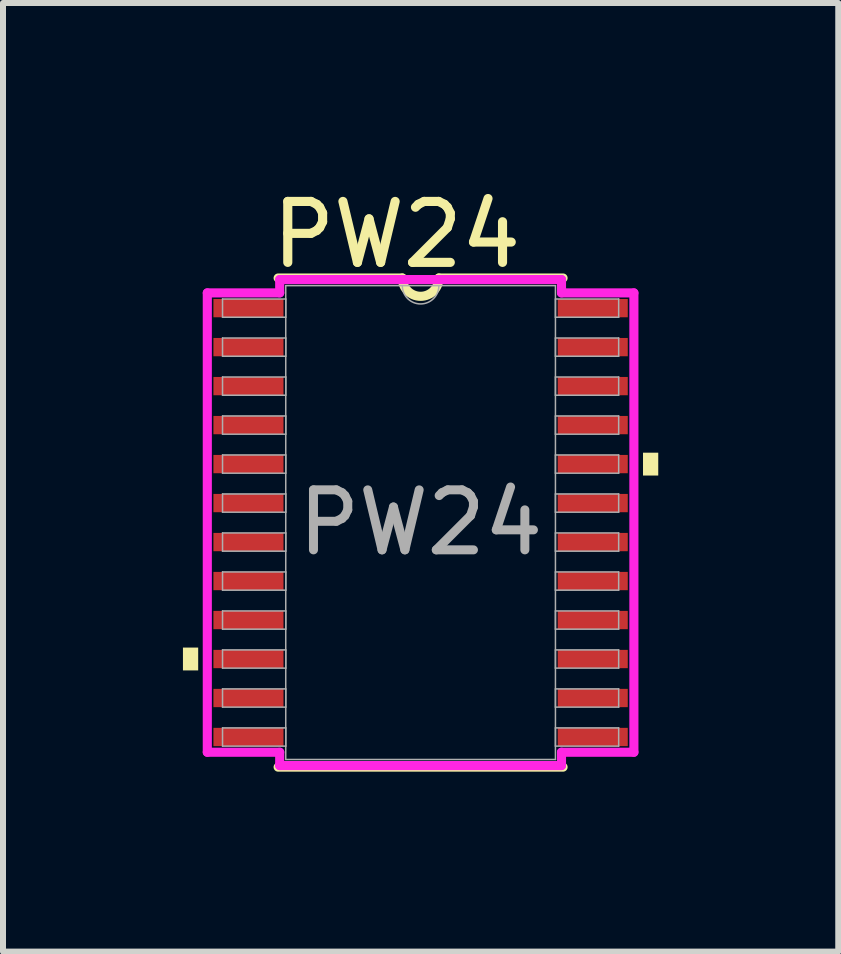
<source format=kicad_pcb>
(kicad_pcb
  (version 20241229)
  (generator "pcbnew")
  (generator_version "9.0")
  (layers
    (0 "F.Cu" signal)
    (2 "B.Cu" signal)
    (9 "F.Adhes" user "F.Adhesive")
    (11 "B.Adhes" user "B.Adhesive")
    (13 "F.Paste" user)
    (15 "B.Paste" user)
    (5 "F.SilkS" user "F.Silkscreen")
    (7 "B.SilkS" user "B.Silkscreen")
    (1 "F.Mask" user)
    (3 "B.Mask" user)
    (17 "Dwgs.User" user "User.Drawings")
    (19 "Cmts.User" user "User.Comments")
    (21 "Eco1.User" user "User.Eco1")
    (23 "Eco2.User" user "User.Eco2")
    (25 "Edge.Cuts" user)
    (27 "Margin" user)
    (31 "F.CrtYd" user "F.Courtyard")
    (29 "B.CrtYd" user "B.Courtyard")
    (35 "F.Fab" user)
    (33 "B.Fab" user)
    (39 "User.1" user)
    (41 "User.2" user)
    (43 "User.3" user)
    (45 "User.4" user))
  (footprint "PW24"
    (layer "F.Cu")
    (at 3.962 5.662)
    (property "Reference" "PW24" (at -0.4 -4.8 0) (unlocked yes) (layer "F.SilkS") (effects (font (size 1.016 1.016) (thickness 0.152))))
    (attr smd)
    (fp_line (start -2.375 4.077) (end 2.375 4.077) (stroke (width 0.152) (type solid)) (layer "F.SilkS"))
    (fp_line (start -0.305 -4.077) (end -2.375 -4.077) (stroke (width 0.152) (type solid)) (layer "F.SilkS"))
    (fp_line (start 0.305 -4.077) (end 2.375 -4.077) (stroke (width 0.152) (type solid)) (layer "F.SilkS"))
    (fp_arc (start 0.3048 -4.0767) (mid 0 -3.7719) (end -0.3048 -4.0767) (stroke (width 0.1524) (type solid)) (layer "F.SilkS"))
    (fp_poly (pts (xy -3.962 2.084) (xy -3.962 2.465) (xy -3.708 2.465) (xy -3.708 2.084)) (stroke (width 0) (type solid)) (fill yes) (layer "F.SilkS"))
    (fp_poly (pts (xy 3.962 -1.165) (xy 3.962 -0.784) (xy 3.708 -0.784) (xy 3.708 -1.165)) (stroke (width 0) (type solid)) (fill yes) (layer "F.SilkS"))
    (fp_line (start -3.556 -3.829) (end -2.349 -3.829) (stroke (width 0.152) (type solid)) (layer "F.CrtYd"))
    (fp_line (start -3.556 3.829) (end -3.556 -3.829) (stroke (width 0.152) (type solid)) (layer "F.CrtYd"))
    (fp_line (start -3.556 3.829) (end -2.349 3.829) (stroke (width 0.152) (type solid)) (layer "F.CrtYd"))
    (fp_line (start -2.349 -4.051) (end 2.349 -4.051) (stroke (width 0.152) (type solid)) (layer "F.CrtYd"))
    (fp_line (start -2.349 -3.829) (end -2.349 -4.051) (stroke (width 0.152) (type solid)) (layer "F.CrtYd"))
    (fp_line (start -2.349 4.051) (end -2.349 3.829) (stroke (width 0.152) (type solid)) (layer "F.CrtYd"))
    (fp_line (start 2.349 -4.051) (end 2.349 -3.829) (stroke (width 0.152) (type solid)) (layer "F.CrtYd"))
    (fp_line (start 2.349 3.829) (end 2.349 4.051) (stroke (width 0.152) (type solid)) (layer "F.CrtYd"))
    (fp_line (start 2.349 4.051) (end -2.349 4.051) (stroke (width 0.152) (type solid)) (layer "F.CrtYd"))
    (fp_line (start 3.556 -3.829) (end 2.349 -3.829) (stroke (width 0.152) (type solid)) (layer "F.CrtYd"))
    (fp_line (start 3.556 -3.829) (end 3.556 3.829) (stroke (width 0.152) (type solid)) (layer "F.CrtYd"))
    (fp_line (start 3.556 3.829) (end 2.349 3.829) (stroke (width 0.152) (type solid)) (layer "F.CrtYd"))
    (fp_line (start -3.302 -3.727) (end -3.302 -3.423) (stroke (width 0.025) (type solid)) (layer "F.Fab"))
    (fp_line (start -3.302 -3.423) (end -2.248 -3.423) (stroke (width 0.025) (type solid)) (layer "F.Fab"))
    (fp_line (start -3.302 -3.077) (end -3.302 -2.773) (stroke (width 0.025) (type solid)) (layer "F.Fab"))
    (fp_line (start -3.302 -2.773) (end -2.248 -2.773) (stroke (width 0.025) (type solid)) (layer "F.Fab"))
    (fp_line (start -3.302 -2.427) (end -3.302 -2.123) (stroke (width 0.025) (type solid)) (layer "F.Fab"))
    (fp_line (start -3.302 -2.123) (end -2.248 -2.123) (stroke (width 0.025) (type solid)) (layer "F.Fab"))
    (fp_line (start -3.302 -1.777) (end -3.302 -1.473) (stroke (width 0.025) (type solid)) (layer "F.Fab"))
    (fp_line (start -3.302 -1.473) (end -2.248 -1.473) (stroke (width 0.025) (type solid)) (layer "F.Fab"))
    (fp_line (start -3.302 -1.127) (end -3.302 -0.823) (stroke (width 0.025) (type solid)) (layer "F.Fab"))
    (fp_line (start -3.302 -0.823) (end -2.248 -0.823) (stroke (width 0.025) (type solid)) (layer "F.Fab"))
    (fp_line (start -3.302 -0.477) (end -3.302 -0.173) (stroke (width 0.025) (type solid)) (layer "F.Fab"))
    (fp_line (start -3.302 -0.173) (end -2.248 -0.173) (stroke (width 0.025) (type solid)) (layer "F.Fab"))
    (fp_line (start -3.302 0.173) (end -3.302 0.477) (stroke (width 0.025) (type solid)) (layer "F.Fab"))
    (fp_line (start -3.302 0.477) (end -2.248 0.477) (stroke (width 0.025) (type solid)) (layer "F.Fab"))
    (fp_line (start -3.302 0.823) (end -3.302 1.127) (stroke (width 0.025) (type solid)) (layer "F.Fab"))
    (fp_line (start -3.302 1.127) (end -2.248 1.127) (stroke (width 0.025) (type solid)) (layer "F.Fab"))
    (fp_line (start -3.302 1.473) (end -3.302 1.777) (stroke (width 0.025) (type solid)) (layer "F.Fab"))
    (fp_line (start -3.302 1.777) (end -2.248 1.777) (stroke (width 0.025) (type solid)) (layer "F.Fab"))
    (fp_line (start -3.302 2.123) (end -3.302 2.427) (stroke (width 0.025) (type solid)) (layer "F.Fab"))
    (fp_line (start -3.302 2.427) (end -2.248 2.427) (stroke (width 0.025) (type solid)) (layer "F.Fab"))
    (fp_line (start -3.302 2.773) (end -3.302 3.077) (stroke (width 0.025) (type solid)) (layer "F.Fab"))
    (fp_line (start -3.302 3.077) (end -2.248 3.077) (stroke (width 0.025) (type solid)) (layer "F.Fab"))
    (fp_line (start -3.302 3.423) (end -3.302 3.727) (stroke (width 0.025) (type solid)) (layer "F.Fab"))
    (fp_line (start -3.302 3.727) (end -2.248 3.727) (stroke (width 0.025) (type solid)) (layer "F.Fab"))
    (fp_line (start -2.248 -3.95) (end -2.248 3.95) (stroke (width 0.025) (type solid)) (layer "F.Fab"))
    (fp_line (start -2.248 -3.727) (end -3.302 -3.727) (stroke (width 0.025) (type solid)) (layer "F.Fab"))
    (fp_line (start -2.248 -3.423) (end -2.248 -3.727) (stroke (width 0.025) (type solid)) (layer "F.Fab"))
    (fp_line (start -2.248 -3.077) (end -3.302 -3.077) (stroke (width 0.025) (type solid)) (layer "F.Fab"))
    (fp_line (start -2.248 -2.773) (end -2.248 -3.077) (stroke (width 0.025) (type solid)) (layer "F.Fab"))
    (fp_line (start -2.248 -2.427) (end -3.302 -2.427) (stroke (width 0.025) (type solid)) (layer "F.Fab"))
    (fp_line (start -2.248 -2.123) (end -2.248 -2.427) (stroke (width 0.025) (type solid)) (layer "F.Fab"))
    (fp_line (start -2.248 -1.777) (end -3.302 -1.777) (stroke (width 0.025) (type solid)) (layer "F.Fab"))
    (fp_line (start -2.248 -1.473) (end -2.248 -1.777) (stroke (width 0.025) (type solid)) (layer "F.Fab"))
    (fp_line (start -2.248 -1.127) (end -3.302 -1.127) (stroke (width 0.025) (type solid)) (layer "F.Fab"))
    (fp_line (start -2.248 -0.823) (end -2.248 -1.127) (stroke (width 0.025) (type solid)) (layer "F.Fab"))
    (fp_line (start -2.248 -0.477) (end -3.302 -0.477) (stroke (width 0.025) (type solid)) (layer "F.Fab"))
    (fp_line (start -2.248 -0.173) (end -2.248 -0.477) (stroke (width 0.025) (type solid)) (layer "F.Fab"))
    (fp_line (start -2.248 0.173) (end -3.302 0.173) (stroke (width 0.025) (type solid)) (layer "F.Fab"))
    (fp_line (start -2.248 0.477) (end -2.248 0.173) (stroke (width 0.025) (type solid)) (layer "F.Fab"))
    (fp_line (start -2.248 0.823) (end -3.302 0.823) (stroke (width 0.025) (type solid)) (layer "F.Fab"))
    (fp_line (start -2.248 1.127) (end -2.248 0.823) (stroke (width 0.025) (type solid)) (layer "F.Fab"))
    (fp_line (start -2.248 1.473) (end -3.302 1.473) (stroke (width 0.025) (type solid)) (layer "F.Fab"))
    (fp_line (start -2.248 1.777) (end -2.248 1.473) (stroke (width 0.025) (type solid)) (layer "F.Fab"))
    (fp_line (start -2.248 2.123) (end -3.302 2.123) (stroke (width 0.025) (type solid)) (layer "F.Fab"))
    (fp_line (start -2.248 2.427) (end -2.248 2.123) (stroke (width 0.025) (type solid)) (layer "F.Fab"))
    (fp_line (start -2.248 2.773) (end -3.302 2.773) (stroke (width 0.025) (type solid)) (layer "F.Fab"))
    (fp_line (start -2.248 3.077) (end -2.248 2.773) (stroke (width 0.025) (type solid)) (layer "F.Fab"))
    (fp_line (start -2.248 3.423) (end -3.302 3.423) (stroke (width 0.025) (type solid)) (layer "F.Fab"))
    (fp_line (start -2.248 3.727) (end -2.248 3.423) (stroke (width 0.025) (type solid)) (layer "F.Fab"))
    (fp_line (start -2.248 3.95) (end 2.248 3.95) (stroke (width 0.025) (type solid)) (layer "F.Fab"))
    (fp_line (start 2.248 -3.95) (end -2.248 -3.95) (stroke (width 0.025) (type solid)) (layer "F.Fab"))
    (fp_line (start 2.248 -3.727) (end 2.248 -3.423) (stroke (width 0.025) (type solid)) (layer "F.Fab"))
    (fp_line (start 2.248 -3.423) (end 3.302 -3.423) (stroke (width 0.025) (type solid)) (layer "F.Fab"))
    (fp_line (start 2.248 -3.077) (end 2.248 -2.773) (stroke (width 0.025) (type solid)) (layer "F.Fab"))
    (fp_line (start 2.248 -2.773) (end 3.302 -2.773) (stroke (width 0.025) (type solid)) (layer "F.Fab"))
    (fp_line (start 2.248 -2.427) (end 2.248 -2.123) (stroke (width 0.025) (type solid)) (layer "F.Fab"))
    (fp_line (start 2.248 -2.123) (end 3.302 -2.123) (stroke (width 0.025) (type solid)) (layer "F.Fab"))
    (fp_line (start 2.248 -1.777) (end 2.248 -1.473) (stroke (width 0.025) (type solid)) (layer "F.Fab"))
    (fp_line (start 2.248 -1.473) (end 3.302 -1.473) (stroke (width 0.025) (type solid)) (layer "F.Fab"))
    (fp_line (start 2.248 -1.127) (end 2.248 -0.823) (stroke (width 0.025) (type solid)) (layer "F.Fab"))
    (fp_line (start 2.248 -0.823) (end 3.302 -0.823) (stroke (width 0.025) (type solid)) (layer "F.Fab"))
    (fp_line (start 2.248 -0.477) (end 2.248 -0.173) (stroke (width 0.025) (type solid)) (layer "F.Fab"))
    (fp_line (start 2.248 -0.173) (end 3.302 -0.173) (stroke (width 0.025) (type solid)) (layer "F.Fab"))
    (fp_line (start 2.248 0.173) (end 2.248 0.477) (stroke (width 0.025) (type solid)) (layer "F.Fab"))
    (fp_line (start 2.248 0.477) (end 3.302 0.477) (stroke (width 0.025) (type solid)) (layer "F.Fab"))
    (fp_line (start 2.248 0.823) (end 2.248 1.127) (stroke (width 0.025) (type solid)) (layer "F.Fab"))
    (fp_line (start 2.248 1.127) (end 3.302 1.127) (stroke (width 0.025) (type solid)) (layer "F.Fab"))
    (fp_line (start 2.248 1.473) (end 2.248 1.777) (stroke (width 0.025) (type solid)) (layer "F.Fab"))
    (fp_line (start 2.248 1.777) (end 3.302 1.777) (stroke (width 0.025) (type solid)) (layer "F.Fab"))
    (fp_line (start 2.248 2.123) (end 2.248 2.427) (stroke (width 0.025) (type solid)) (layer "F.Fab"))
    (fp_line (start 2.248 2.427) (end 3.302 2.427) (stroke (width 0.025) (type solid)) (layer "F.Fab"))
    (fp_line (start 2.248 2.773) (end 2.248 3.077) (stroke (width 0.025) (type solid)) (layer "F.Fab"))
    (fp_line (start 2.248 3.077) (end 3.302 3.077) (stroke (width 0.025) (type solid)) (layer "F.Fab"))
    (fp_line (start 2.248 3.423) (end 2.248 3.727) (stroke (width 0.025) (type solid)) (layer "F.Fab"))
    (fp_line (start 2.248 3.727) (end 3.302 3.727) (stroke (width 0.025) (type solid)) (layer "F.Fab"))
    (fp_line (start 2.248 3.95) (end 2.248 -3.95) (stroke (width 0.025) (type solid)) (layer "F.Fab"))
    (fp_line (start 3.302 -3.727) (end 2.248 -3.727) (stroke (width 0.025) (type solid)) (layer "F.Fab"))
    (fp_line (start 3.302 -3.423) (end 3.302 -3.727) (stroke (width 0.025) (type solid)) (layer "F.Fab"))
    (fp_line (start 3.302 -3.077) (end 2.248 -3.077) (stroke (width 0.025) (type solid)) (layer "F.Fab"))
    (fp_line (start 3.302 -2.773) (end 3.302 -3.077) (stroke (width 0.025) (type solid)) (layer "F.Fab"))
    (fp_line (start 3.302 -2.427) (end 2.248 -2.427) (stroke (width 0.025) (type solid)) (layer "F.Fab"))
    (fp_line (start 3.302 -2.123) (end 3.302 -2.427) (stroke (width 0.025) (type solid)) (layer "F.Fab"))
    (fp_line (start 3.302 -1.777) (end 2.248 -1.777) (stroke (width 0.025) (type solid)) (layer "F.Fab"))
    (fp_line (start 3.302 -1.473) (end 3.302 -1.777) (stroke (width 0.025) (type solid)) (layer "F.Fab"))
    (fp_line (start 3.302 -1.127) (end 2.248 -1.127) (stroke (width 0.025) (type solid)) (layer "F.Fab"))
    (fp_line (start 3.302 -0.823) (end 3.302 -1.127) (stroke (width 0.025) (type solid)) (layer "F.Fab"))
    (fp_line (start 3.302 -0.477) (end 2.248 -0.477) (stroke (width 0.025) (type solid)) (layer "F.Fab"))
    (fp_line (start 3.302 -0.173) (end 3.302 -0.477) (stroke (width 0.025) (type solid)) (layer "F.Fab"))
    (fp_line (start 3.302 0.173) (end 2.248 0.173) (stroke (width 0.025) (type solid)) (layer "F.Fab"))
    (fp_line (start 3.302 0.477) (end 3.302 0.173) (stroke (width 0.025) (type solid)) (layer "F.Fab"))
    (fp_line (start 3.302 0.823) (end 2.248 0.823) (stroke (width 0.025) (type solid)) (layer "F.Fab"))
    (fp_line (start 3.302 1.127) (end 3.302 0.823) (stroke (width 0.025) (type solid)) (layer "F.Fab"))
    (fp_line (start 3.302 1.473) (end 2.248 1.473) (stroke (width 0.025) (type solid)) (layer "F.Fab"))
    (fp_line (start 3.302 1.777) (end 3.302 1.473) (stroke (width 0.025) (type solid)) (layer "F.Fab"))
    (fp_line (start 3.302 2.123) (end 2.248 2.123) (stroke (width 0.025) (type solid)) (layer "F.Fab"))
    (fp_line (start 3.302 2.427) (end 3.302 2.123) (stroke (width 0.025) (type solid)) (layer "F.Fab"))
    (fp_line (start 3.302 2.773) (end 2.248 2.773) (stroke (width 0.025) (type solid)) (layer "F.Fab"))
    (fp_line (start 3.302 3.077) (end 3.302 2.773) (stroke (width 0.025) (type solid)) (layer "F.Fab"))
    (fp_line (start 3.302 3.423) (end 2.248 3.423) (stroke (width 0.025) (type solid)) (layer "F.Fab"))
    (fp_line (start 3.302 3.727) (end 3.302 3.423) (stroke (width 0.025) (type solid)) (layer "F.Fab"))
    (fp_arc (start 0.3048 -3.9497) (mid 0 -3.6449) (end -0.3048 -3.9497) (stroke (width 0.0254) (type solid)) (layer "F.Fab"))
    (fp_text user "${REFERENCE}" (at 0 0 0) (unlocked yes) (layer "F.Fab") (effects (font (size 1 1) (thickness 0.15))))
    (pad "1" smd rect (at -2.87 -3.575) (size 1.168 0.305) (layers "F.Cu" "F.Mask" "F.Paste"))
    (pad "2" smd rect (at -2.87 -2.925) (size 1.168 0.305) (layers "F.Cu" "F.Mask" "F.Paste"))
    (pad "3" smd rect (at -2.87 -2.275) (size 1.168 0.305) (layers "F.Cu" "F.Mask" "F.Paste"))
    (pad "4" smd rect (at -2.87 -1.625) (size 1.168 0.305) (layers "F.Cu" "F.Mask" "F.Paste"))
    (pad "5" smd rect (at -2.87 -0.975) (size 1.168 0.305) (layers "F.Cu" "F.Mask" "F.Paste"))
    (pad "6" smd rect (at -2.87 -0.325) (size 1.168 0.305) (layers "F.Cu" "F.Mask" "F.Paste"))
    (pad "7" smd rect (at -2.87 0.325) (size 1.168 0.305) (layers "F.Cu" "F.Mask" "F.Paste"))
    (pad "8" smd rect (at -2.87 0.975) (size 1.168 0.305) (layers "F.Cu" "F.Mask" "F.Paste"))
    (pad "9" smd rect (at -2.87 1.625) (size 1.168 0.305) (layers "F.Cu" "F.Mask" "F.Paste"))
    (pad "10" smd rect (at -2.87 2.275) (size 1.168 0.305) (layers "F.Cu" "F.Mask" "F.Paste"))
    (pad "11" smd rect (at -2.87 2.925) (size 1.168 0.305) (layers "F.Cu" "F.Mask" "F.Paste"))
    (pad "12" smd rect (at -2.87 3.575) (size 1.168 0.305) (layers "F.Cu" "F.Mask" "F.Paste"))
    (pad "13" smd rect (at 2.87 3.575) (size 1.168 0.305) (layers "F.Cu" "F.Mask" "F.Paste"))
    (pad "14" smd rect (at 2.87 2.925) (size 1.168 0.305) (layers "F.Cu" "F.Mask" "F.Paste"))
    (pad "15" smd rect (at 2.87 2.275) (size 1.168 0.305) (layers "F.Cu" "F.Mask" "F.Paste"))
    (pad "16" smd rect (at 2.87 1.625) (size 1.168 0.305) (layers "F.Cu" "F.Mask" "F.Paste"))
    (pad "17" smd rect (at 2.87 0.975) (size 1.168 0.305) (layers "F.Cu" "F.Mask" "F.Paste"))
    (pad "18" smd rect (at 2.87 0.325) (size 1.168 0.305) (layers "F.Cu" "F.Mask" "F.Paste"))
    (pad "19" smd rect (at 2.87 -0.325) (size 1.168 0.305) (layers "F.Cu" "F.Mask" "F.Paste"))
    (pad "20" smd rect (at 2.87 -0.975) (size 1.168 0.305) (layers "F.Cu" "F.Mask" "F.Paste"))
    (pad "21" smd rect (at 2.87 -1.625) (size 1.168 0.305) (layers "F.Cu" "F.Mask" "F.Paste"))
    (pad "22" smd rect (at 2.87 -2.275) (size 1.168 0.305) (layers "F.Cu" "F.Mask" "F.Paste"))
    (pad "23" smd rect (at 2.87 -2.925) (size 1.168 0.305) (layers "F.Cu" "F.Mask" "F.Paste"))
    (pad "24" smd rect (at 2.87 -3.575) (size 1.168 0.305) (layers "F.Cu" "F.Mask" "F.Paste")))
  (gr_rect
    (start -3 -3)
    (end 10.925 12.815)
    (stroke (width 0.1) (type default))
    (fill no)
    (layer "Edge.Cuts")))
</source>
